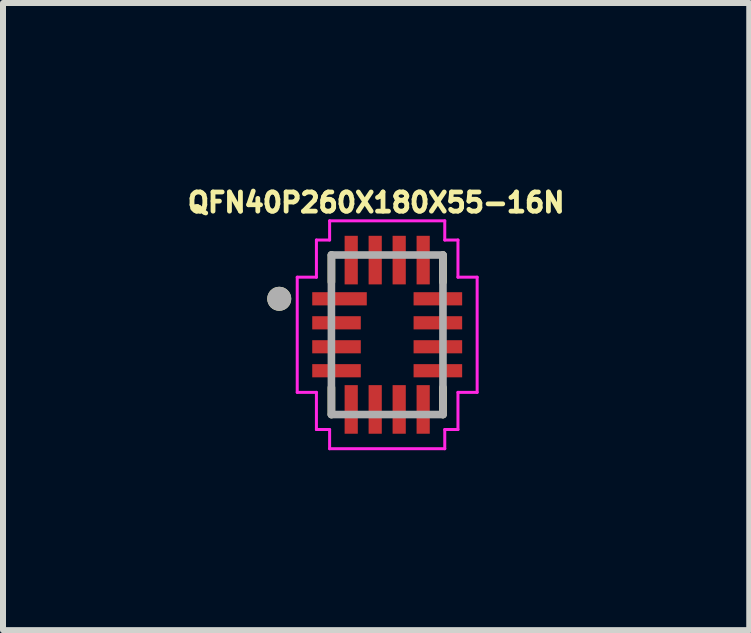
<source format=kicad_pcb>
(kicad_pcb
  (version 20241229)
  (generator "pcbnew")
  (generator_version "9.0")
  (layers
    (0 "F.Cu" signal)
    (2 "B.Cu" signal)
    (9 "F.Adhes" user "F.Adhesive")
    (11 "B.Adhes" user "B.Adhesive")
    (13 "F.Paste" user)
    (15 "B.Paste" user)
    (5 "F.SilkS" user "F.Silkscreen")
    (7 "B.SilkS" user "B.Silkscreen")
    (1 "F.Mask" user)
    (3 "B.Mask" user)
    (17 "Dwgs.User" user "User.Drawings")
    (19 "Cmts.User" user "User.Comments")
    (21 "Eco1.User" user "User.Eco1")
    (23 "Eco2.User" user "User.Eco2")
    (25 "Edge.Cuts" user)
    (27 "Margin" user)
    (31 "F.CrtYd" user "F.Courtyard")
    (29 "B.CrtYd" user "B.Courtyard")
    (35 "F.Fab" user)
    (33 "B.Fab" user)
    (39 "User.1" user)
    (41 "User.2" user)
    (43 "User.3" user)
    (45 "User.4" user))
  (footprint "QFN40P260X180X55-16N"
    (layer "F.Cu")
    (at 3.406 2.532)
    (property "Reference" "QFN40P260X180X55-16N" (at -0.184 -2.205 0) (layer "F.SilkS") (effects (font (size 0.32 0.32) (thickness 0.15))))
    (attr through_hole)
    (fp_line (start -0.93 -1.33) (end -0.93 -0.88) (stroke (width 0.127) (type solid)) (layer "F.SilkS"))
    (fp_line (start -0.93 0.88) (end -0.93 1.33) (stroke (width 0.127) (type solid)) (layer "F.SilkS"))
    (fp_line (start 0.93 -1.33) (end 0.93 -0.88) (stroke (width 0.127) (type solid)) (layer "F.SilkS"))
    (fp_line (start 0.93 1.33) (end 0.93 0.88) (stroke (width 0.127) (type solid)) (layer "F.SilkS"))
    (fp_circle (center -1.8 -0.6) (end -1.7 -0.6) (stroke (width 0.2) (type solid)) (fill no) (layer "F.SilkS"))
    (fp_line (start -1.5 -0.96) (end -1.18 -0.96) (stroke (width 0.05) (type solid)) (layer "F.CrtYd"))
    (fp_line (start -1.5 0.96) (end -1.5 -0.96) (stroke (width 0.05) (type solid)) (layer "F.CrtYd"))
    (fp_line (start -1.5 0.96) (end -1.18 0.96) (stroke (width 0.05) (type solid)) (layer "F.CrtYd"))
    (fp_line (start -1.18 -1.58) (end -0.96 -1.58) (stroke (width 0.05) (type solid)) (layer "F.CrtYd"))
    (fp_line (start -1.18 -0.96) (end -1.18 -1.58) (stroke (width 0.05) (type solid)) (layer "F.CrtYd"))
    (fp_line (start -1.18 0.96) (end -1.18 1.58) (stroke (width 0.05) (type solid)) (layer "F.CrtYd"))
    (fp_line (start -0.96 -1.9) (end 0.96 -1.9) (stroke (width 0.05) (type solid)) (layer "F.CrtYd"))
    (fp_line (start -0.96 -1.58) (end -0.96 -1.9) (stroke (width 0.05) (type solid)) (layer "F.CrtYd"))
    (fp_line (start -0.96 1.58) (end -1.18 1.58) (stroke (width 0.05) (type solid)) (layer "F.CrtYd"))
    (fp_line (start -0.96 1.9) (end -0.96 1.58) (stroke (width 0.05) (type solid)) (layer "F.CrtYd"))
    (fp_line (start 0.96 -1.9) (end 0.96 -1.58) (stroke (width 0.05) (type solid)) (layer "F.CrtYd"))
    (fp_line (start 0.96 -1.58) (end 1.18 -1.58) (stroke (width 0.05) (type solid)) (layer "F.CrtYd"))
    (fp_line (start 0.96 1.58) (end 0.96 1.9) (stroke (width 0.05) (type solid)) (layer "F.CrtYd"))
    (fp_line (start 0.96 1.9) (end -0.96 1.9) (stroke (width 0.05) (type solid)) (layer "F.CrtYd"))
    (fp_line (start 1.18 -0.96) (end 1.18 -1.58) (stroke (width 0.05) (type solid)) (layer "F.CrtYd"))
    (fp_line (start 1.18 0.96) (end 1.18 1.58) (stroke (width 0.05) (type solid)) (layer "F.CrtYd"))
    (fp_line (start 1.18 1.58) (end 0.96 1.58) (stroke (width 0.05) (type solid)) (layer "F.CrtYd"))
    (fp_line (start 1.5 -0.96) (end 1.18 -0.96) (stroke (width 0.05) (type solid)) (layer "F.CrtYd"))
    (fp_line (start 1.5 -0.96) (end 1.5 0.96) (stroke (width 0.05) (type solid)) (layer "F.CrtYd"))
    (fp_line (start 1.5 0.96) (end 1.18 0.96) (stroke (width 0.05) (type solid)) (layer "F.CrtYd"))
    (fp_line (start -0.93 -1.33) (end 0.93 -1.33) (stroke (width 0.127) (type solid)) (layer "F.Fab"))
    (fp_line (start -0.93 1.33) (end -0.93 -1.33) (stroke (width 0.127) (type solid)) (layer "F.Fab"))
    (fp_line (start 0.93 -1.33) (end 0.93 1.33) (stroke (width 0.127) (type solid)) (layer "F.Fab"))
    (fp_line (start 0.93 1.33) (end -0.93 1.33) (stroke (width 0.127) (type solid)) (layer "F.Fab"))
    (fp_circle (center -1.8 -0.6) (end -1.7 -0.6) (stroke (width 0.2) (type solid)) (fill no) (layer "F.Fab"))
    (pad "1" smd roundrect (at -0.795 -0.6) (size 0.91 0.22) (layers "F.Cu" "F.Mask" "F.Paste") (roundrect_rratio 0.01))
    (pad "2" smd roundrect (at -0.845 -0.2) (size 0.81 0.22) (layers "F.Cu" "F.Mask" "F.Paste") (roundrect_rratio 0.01))
    (pad "3" smd roundrect (at -0.845 0.2) (size 0.81 0.22) (layers "F.Cu" "F.Mask" "F.Paste") (roundrect_rratio 0.01))
    (pad "4" smd roundrect (at -0.845 0.6) (size 0.81 0.22) (layers "F.Cu" "F.Mask" "F.Paste") (roundrect_rratio 0.01))
    (pad "5" smd roundrect (at -0.6 1.245 90) (size 0.81 0.22) (layers "F.Cu" "F.Mask" "F.Paste") (roundrect_rratio 0.01))
    (pad "6" smd roundrect (at -0.2 1.245 90) (size 0.81 0.22) (layers "F.Cu" "F.Mask" "F.Paste") (roundrect_rratio 0.01))
    (pad "7" smd roundrect (at 0.2 1.245 90) (size 0.81 0.22) (layers "F.Cu" "F.Mask" "F.Paste") (roundrect_rratio 0.01))
    (pad "8" smd roundrect (at 0.6 1.245 90) (size 0.81 0.22) (layers "F.Cu" "F.Mask" "F.Paste") (roundrect_rratio 0.01))
    (pad "9" smd roundrect (at 0.845 0.6 180) (size 0.81 0.22) (layers "F.Cu" "F.Mask" "F.Paste") (roundrect_rratio 0.01))
    (pad "10" smd roundrect (at 0.845 0.2 180) (size 0.81 0.22) (layers "F.Cu" "F.Mask" "F.Paste") (roundrect_rratio 0.01))
    (pad "11" smd roundrect (at 0.845 -0.2 180) (size 0.81 0.22) (layers "F.Cu" "F.Mask" "F.Paste") (roundrect_rratio 0.01))
    (pad "12" smd roundrect (at 0.845 -0.6 180) (size 0.81 0.22) (layers "F.Cu" "F.Mask" "F.Paste") (roundrect_rratio 0.01))
    (pad "13" smd roundrect (at 0.6 -1.245 270) (size 0.81 0.22) (layers "F.Cu" "F.Mask" "F.Paste") (roundrect_rratio 0.01))
    (pad "14" smd roundrect (at 0.2 -1.245 270) (size 0.81 0.22) (layers "F.Cu" "F.Mask" "F.Paste") (roundrect_rratio 0.01))
    (pad "15" smd roundrect (at -0.2 -1.245 270) (size 0.81 0.22) (layers "F.Cu" "F.Mask" "F.Paste") (roundrect_rratio 0.01))
    (pad "16" smd roundrect (at -0.6 -1.245 270) (size 0.81 0.22) (layers "F.Cu" "F.Mask" "F.Paste") (roundrect_rratio 0.01)))
  (gr_rect
    (start -3 -3)
    (end 9.443 7.457)
    (stroke (width 0.1) (type default))
    (fill no)
    (layer "Edge.Cuts")))
</source>
